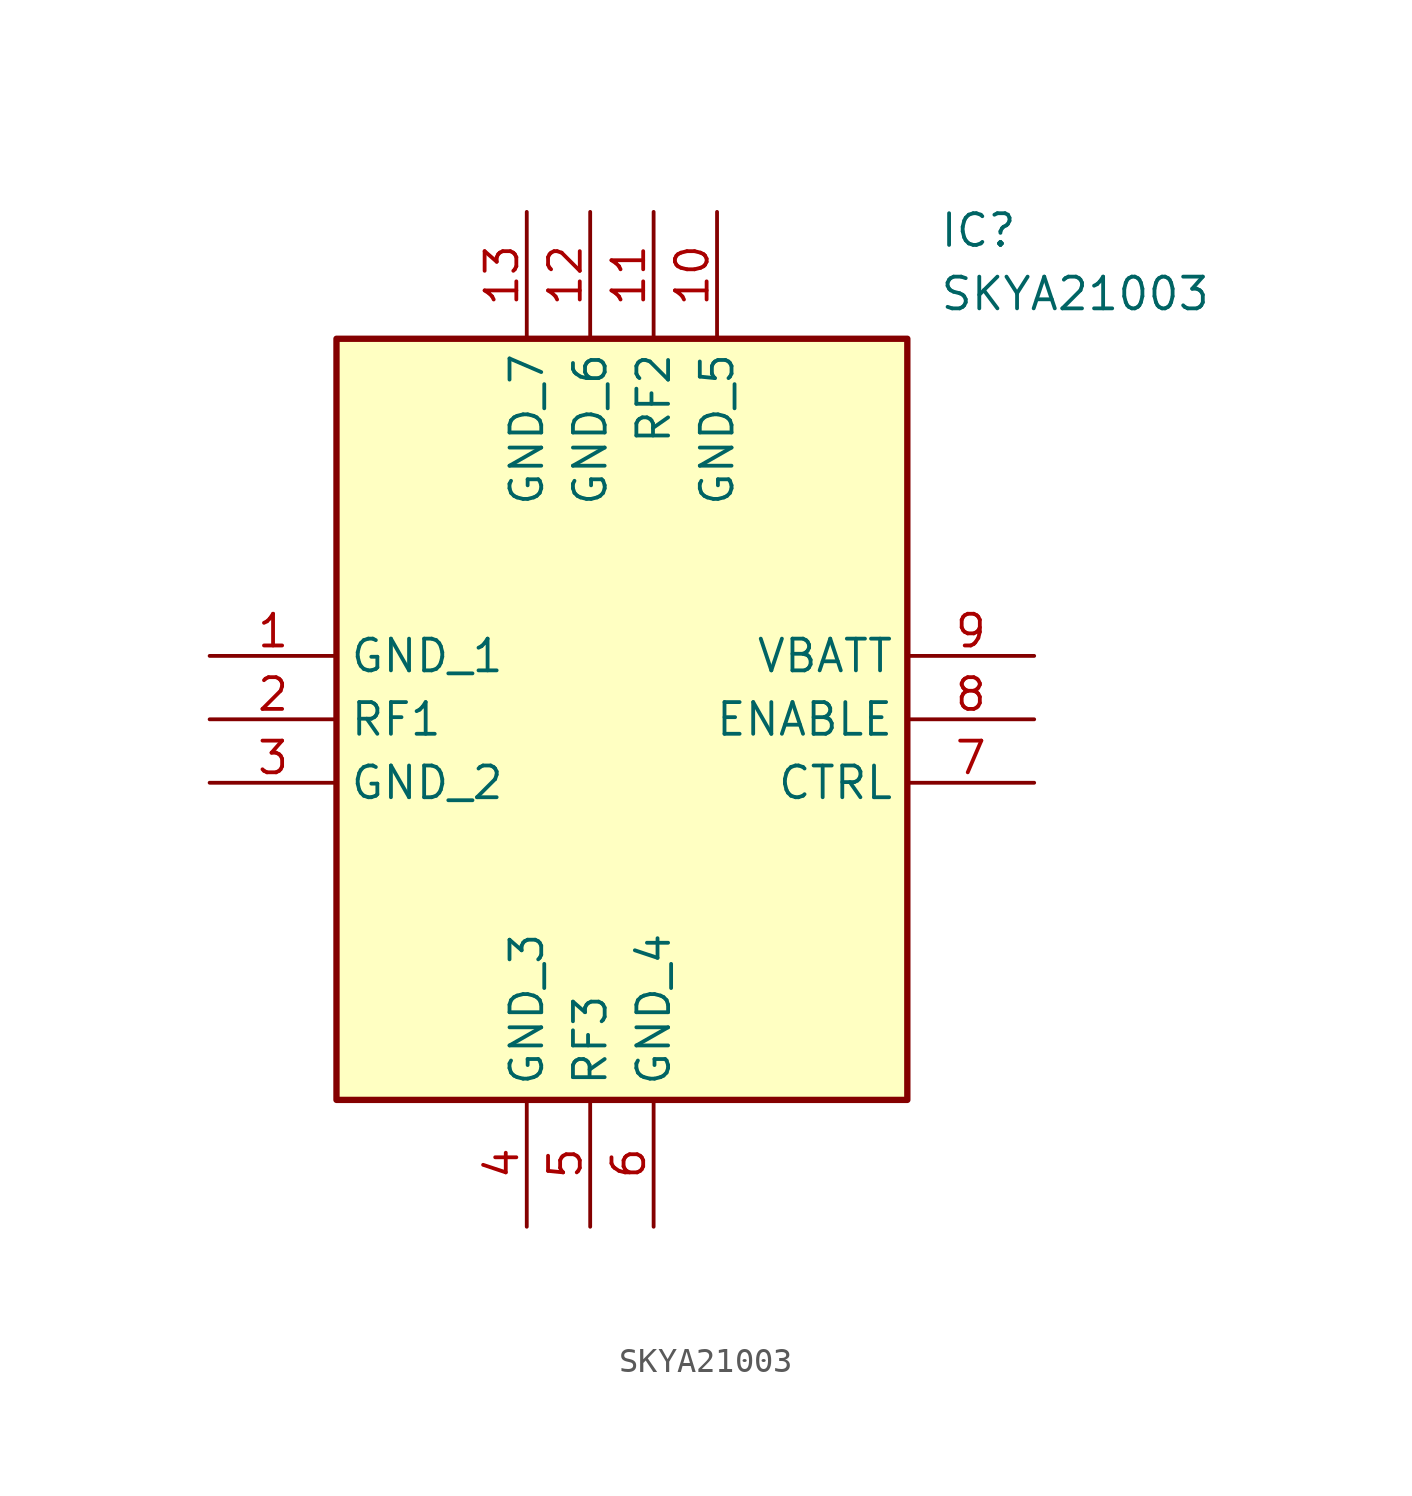
<source format=kicad_sym>
(kicad_symbol_lib
  (version 20211014)
  (generator SamacSys_ECAD_Model)
  (symbol "SKYA21003"
    (property "Reference" "IC"
      (at 29.21 17.78 0)
      (effects (font (size 1.27 1.27)) (justify left top)))
    (property "Value" "SKYA21003"
      (at 29.21 15.24 0)
      (effects (font (size 1.27 1.27)) (justify left top)))
    (rectangle
      (start 5.08 12.7)
      (end 27.94 -17.78)
      (stroke (width 0.254) (type default))
      (fill (type background)))
    (pin passive line
      (at 0 0 0)
      (length 5.08)
      (name "GND_1" (effects (font (size 1.27 1.27))))
      (number "1" (effects (font (size 1.27 1.27)))))
    (pin passive line
      (at 0 -2.54 0)
      (length 5.08)
      (name "RF1" (effects (font (size 1.27 1.27))))
      (number "2" (effects (font (size 1.27 1.27)))))
    (pin passive line
      (at 0 -5.08 0)
      (length 5.08)
      (name "GND_2" (effects (font (size 1.27 1.27))))
      (number "3" (effects (font (size 1.27 1.27)))))
    (pin passive line
      (at 12.7 -22.86 90)
      (length 5.08)
      (name "GND_3" (effects (font (size 1.27 1.27))))
      (number "4" (effects (font (size 1.27 1.27)))))
    (pin passive line
      (at 15.24 -22.86 90)
      (length 5.08)
      (name "RF3" (effects (font (size 1.27 1.27))))
      (number "5" (effects (font (size 1.27 1.27)))))
    (pin passive line
      (at 17.78 -22.86 90)
      (length 5.08)
      (name "GND_4" (effects (font (size 1.27 1.27))))
      (number "6" (effects (font (size 1.27 1.27)))))
    (pin passive line
      (at 33.02 0 180)
      (length 5.08)
      (name "VBATT" (effects (font (size 1.27 1.27))))
      (number "9" (effects (font (size 1.27 1.27)))))
    (pin passive line
      (at 33.02 -2.54 180)
      (length 5.08)
      (name "ENABLE" (effects (font (size 1.27 1.27))))
      (number "8" (effects (font (size 1.27 1.27)))))
    (pin passive line
      (at 33.02 -5.08 180)
      (length 5.08)
      (name "CTRL" (effects (font (size 1.27 1.27))))
      (number "7" (effects (font (size 1.27 1.27)))))
    (pin passive line
      (at 12.7 17.78 270)
      (length 5.08)
      (name "GND_7" (effects (font (size 1.27 1.27))))
      (number "13" (effects (font (size 1.27 1.27)))))
    (pin passive line
      (at 15.24 17.78 270)
      (length 5.08)
      (name "GND_6" (effects (font (size 1.27 1.27))))
      (number "12" (effects (font (size 1.27 1.27)))))
    (pin passive line
      (at 17.78 17.78 270)
      (length 5.08)
      (name "RF2" (effects (font (size 1.27 1.27))))
      (number "11" (effects (font (size 1.27 1.27)))))
    (pin passive line
      (at 20.32 17.78 270)
      (length 5.08)
      (name "GND_5" (effects (font (size 1.27 1.27))))
      (number "10" (effects (font (size 1.27 1.27)))))))
</source>
